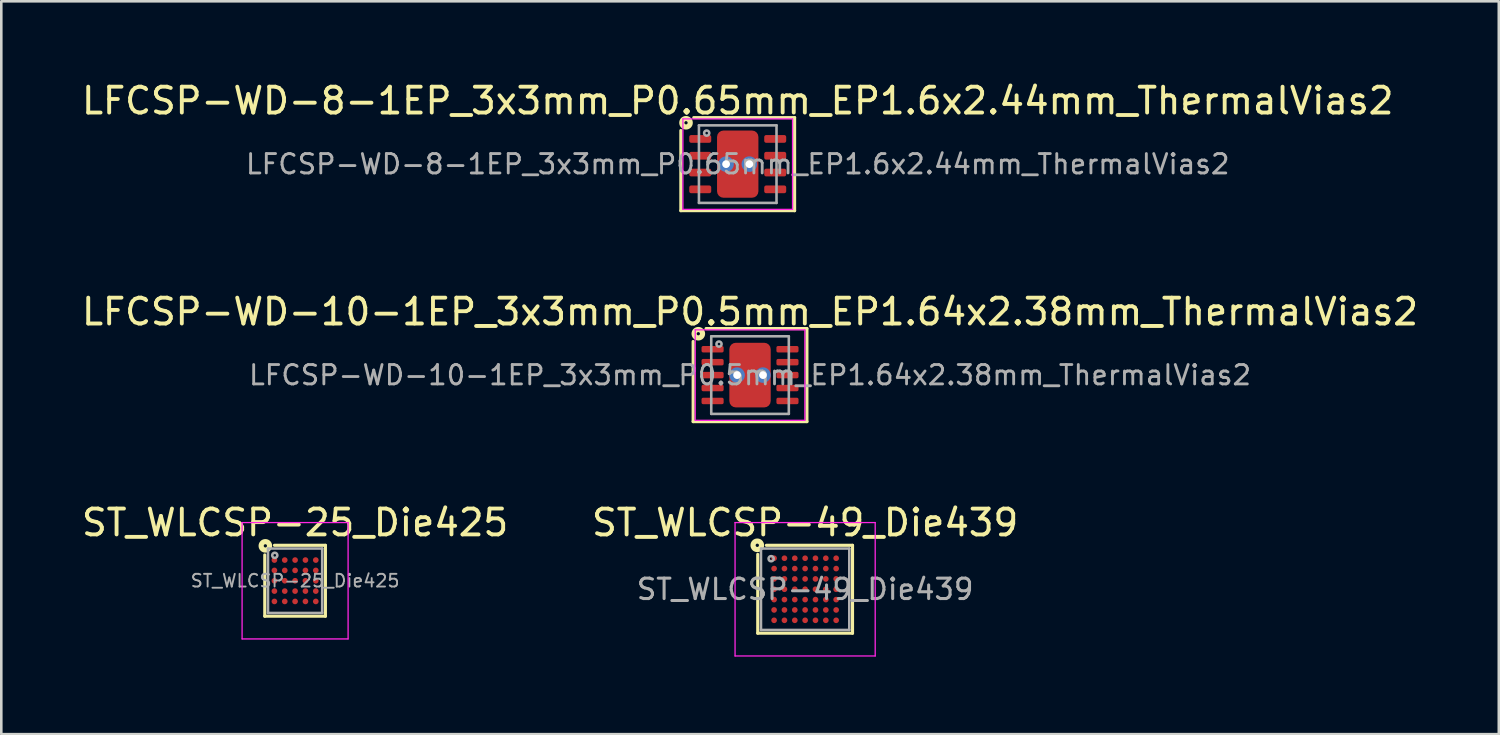
<source format=kicad_pcb>
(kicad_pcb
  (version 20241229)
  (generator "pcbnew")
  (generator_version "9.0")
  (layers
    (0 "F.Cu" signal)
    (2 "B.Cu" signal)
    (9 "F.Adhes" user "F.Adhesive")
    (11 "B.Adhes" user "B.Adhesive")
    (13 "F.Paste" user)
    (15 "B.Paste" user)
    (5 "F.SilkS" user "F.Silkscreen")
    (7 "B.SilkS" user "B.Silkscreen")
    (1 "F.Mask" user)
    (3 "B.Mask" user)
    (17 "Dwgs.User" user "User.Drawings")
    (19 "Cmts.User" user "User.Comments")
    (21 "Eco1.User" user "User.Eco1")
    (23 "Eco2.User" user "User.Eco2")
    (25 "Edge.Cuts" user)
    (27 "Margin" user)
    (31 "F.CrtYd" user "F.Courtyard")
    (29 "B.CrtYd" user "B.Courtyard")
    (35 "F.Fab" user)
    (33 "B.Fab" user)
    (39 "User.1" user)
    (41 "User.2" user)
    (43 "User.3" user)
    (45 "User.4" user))
  (footprint "ST_WLCSP-25_Die425"
    (layer "F.Cu")
    (at 8.363 19.411)
    (property "Reference" "ST_WLCSP-25_Die425" (at 0 -2.247 0) (layer "F.SilkS") (effects (font (size 1 1) (thickness 0.15))))
    (attr smd)
    (fp_line (start -1.173 1.371) (end -1.173 -1) (stroke (width 0.12) (type solid)) (layer "F.SilkS"))
    (fp_line (start -0.8 -1.371) (end 1.173 -1.371) (stroke (width 0.12) (type solid)) (layer "F.SilkS"))
    (fp_line (start 1.173 -1.371) (end 1.173 1.371) (stroke (width 0.12) (type solid)) (layer "F.SilkS"))
    (fp_line (start 1.173 1.371) (end -1.173 1.371) (stroke (width 0.12) (type solid)) (layer "F.SilkS"))
    (fp_circle (center -1.15 -1.35) (end -1.087 -1.35) (stroke (width 0.2) (type solid)) (fill no) (layer "F.SilkS"))
    (fp_line (start -2.05 -2.25) (end -2.05 2.25) (stroke (width 0.05) (type solid)) (layer "F.CrtYd"))
    (fp_line (start -2.05 2.25) (end 2.05 2.25) (stroke (width 0.05) (type solid)) (layer "F.CrtYd"))
    (fp_line (start 2.05 -2.25) (end -2.05 -2.25) (stroke (width 0.05) (type solid)) (layer "F.CrtYd"))
    (fp_line (start 2.05 2.25) (end 2.05 -2.25) (stroke (width 0.05) (type solid)) (layer "F.CrtYd"))
    (fp_line (start -1.048 1.246) (end -1.048 -1.24) (stroke (width 0.1) (type solid)) (layer "F.Fab"))
    (fp_line (start -1.04 -1.246) (end 1.048 -1.246) (stroke (width 0.1) (type solid)) (layer "F.Fab"))
    (fp_line (start 1.048 -1.246) (end 1.048 1.246) (stroke (width 0.1) (type solid)) (layer "F.Fab"))
    (fp_line (start 1.048 1.246) (end -1.048 1.246) (stroke (width 0.1) (type solid)) (layer "F.Fab"))
    (fp_circle (center -0.786 -0.984) (end -0.686 -0.984) (stroke (width 0.1) (type solid)) (fill no) (layer "F.Fab"))
    (fp_text user "${REFERENCE}" (at 0 0 0) (layer "F.Fab") (effects (font (size 0.49 0.49) (thickness 0.073))))
    (pad "A1" smd circle (at -0.8 -0.8) (size 0.22 0.22) (layers "F.Cu" "F.Mask" "F.Paste"))
    (pad "A2" smd circle (at -0.4 -0.8) (size 0.22 0.22) (layers "F.Cu" "F.Mask" "F.Paste"))
    (pad "A3" smd circle (at 0 -0.8) (size 0.22 0.22) (layers "F.Cu" "F.Mask" "F.Paste"))
    (pad "A4" smd circle (at 0.4 -0.8) (size 0.22 0.22) (layers "F.Cu" "F.Mask" "F.Paste"))
    (pad "A5" smd circle (at 0.8 -0.8) (size 0.22 0.22) (layers "F.Cu" "F.Mask" "F.Paste"))
    (pad "B1" smd circle (at -0.8 -0.4) (size 0.22 0.22) (layers "F.Cu" "F.Mask" "F.Paste"))
    (pad "B2" smd circle (at -0.4 -0.4) (size 0.22 0.22) (layers "F.Cu" "F.Mask" "F.Paste"))
    (pad "B3" smd circle (at 0 -0.4) (size 0.22 0.22) (layers "F.Cu" "F.Mask" "F.Paste"))
    (pad "B4" smd circle (at 0.4 -0.4) (size 0.22 0.22) (layers "F.Cu" "F.Mask" "F.Paste"))
    (pad "B5" smd circle (at 0.8 -0.4) (size 0.22 0.22) (layers "F.Cu" "F.Mask" "F.Paste"))
    (pad "C1" smd circle (at -0.8 0) (size 0.22 0.22) (layers "F.Cu" "F.Mask" "F.Paste"))
    (pad "C2" smd circle (at -0.4 0) (size 0.22 0.22) (layers "F.Cu" "F.Mask" "F.Paste"))
    (pad "C3" smd circle (at 0 0) (size 0.22 0.22) (layers "F.Cu" "F.Mask" "F.Paste"))
    (pad "C4" smd circle (at 0.4 0) (size 0.22 0.22) (layers "F.Cu" "F.Mask" "F.Paste"))
    (pad "C5" smd circle (at 0.8 0) (size 0.22 0.22) (layers "F.Cu" "F.Mask" "F.Paste"))
    (pad "D1" smd circle (at -0.8 0.4) (size 0.22 0.22) (layers "F.Cu" "F.Mask" "F.Paste"))
    (pad "D2" smd circle (at -0.4 0.4) (size 0.22 0.22) (layers "F.Cu" "F.Mask" "F.Paste"))
    (pad "D3" smd circle (at 0 0.4) (size 0.22 0.22) (layers "F.Cu" "F.Mask" "F.Paste"))
    (pad "D4" smd circle (at 0.4 0.4) (size 0.22 0.22) (layers "F.Cu" "F.Mask" "F.Paste"))
    (pad "D5" smd circle (at 0.8 0.4) (size 0.22 0.22) (layers "F.Cu" "F.Mask" "F.Paste"))
    (pad "E1" smd circle (at -0.8 0.8) (size 0.22 0.22) (layers "F.Cu" "F.Mask" "F.Paste"))
    (pad "E2" smd circle (at -0.4 0.8) (size 0.22 0.22) (layers "F.Cu" "F.Mask" "F.Paste"))
    (pad "E3" smd circle (at 0 0.8) (size 0.22 0.22) (layers "F.Cu" "F.Mask" "F.Paste"))
    (pad "E4" smd circle (at 0.4 0.8) (size 0.22 0.22) (layers "F.Cu" "F.Mask" "F.Paste"))
    (pad "E5" smd circle (at 0.8 0.8) (size 0.22 0.22) (layers "F.Cu" "F.Mask" "F.Paste")))
  (footprint "LFCSP-WD-8-1EP_3x3mm_P0.65mm_EP1.6x2.44mm_ThermalVias2"
    (layer "F.Cu")
    (at 25.482 3.298)
    (property "Reference" "LFCSP-WD-8-1EP_3x3mm_P0.65mm_EP1.6x2.44mm_ThermalVias2" (at 0 -2.45 0) (layer "F.SilkS") (effects (font (size 1 1) (thickness 0.15))))
    (attr smd)
    (fp_line (start -2.2 1.8) (end -2.2 -1.3) (stroke (width 0.12) (type solid)) (layer "F.SilkS"))
    (fp_line (start 2.2 -1.8) (end -1.7 -1.8) (stroke (width 0.12) (type solid)) (layer "F.SilkS"))
    (fp_line (start 2.2 -1.8) (end 2.2 1.8) (stroke (width 0.12) (type solid)) (layer "F.SilkS"))
    (fp_line (start 2.2 1.8) (end -2.2 1.8) (stroke (width 0.12) (type solid)) (layer "F.SilkS"))
    (fp_circle (center -2 -1.6) (end -1.937 -1.6) (stroke (width 0.2) (type solid)) (fill no) (layer "F.SilkS"))
    (fp_line (start -2.12 -1.75) (end -2.12 1.75) (stroke (width 0.05) (type solid)) (layer "F.CrtYd"))
    (fp_line (start -2.12 1.75) (end 2.12 1.75) (stroke (width 0.05) (type solid)) (layer "F.CrtYd"))
    (fp_line (start 2.12 -1.75) (end -2.12 -1.75) (stroke (width 0.05) (type solid)) (layer "F.CrtYd"))
    (fp_line (start 2.12 1.75) (end 2.12 -1.75) (stroke (width 0.05) (type solid)) (layer "F.CrtYd"))
    (fp_line (start -1.5 -1.5) (end 1.5 -1.5) (stroke (width 0.1) (type solid)) (layer "F.Fab"))
    (fp_line (start -1.5 1.5) (end -1.5 -1.5) (stroke (width 0.1) (type solid)) (layer "F.Fab"))
    (fp_line (start 1.5 -1.5) (end 1.5 1.5) (stroke (width 0.1) (type solid)) (layer "F.Fab"))
    (fp_line (start 1.5 1.5) (end -1.5 1.5) (stroke (width 0.1) (type solid)) (layer "F.Fab"))
    (fp_circle (center -1.2 -1.2) (end -1.1 -1.2) (stroke (width 0.1) (type solid)) (fill no) (layer "F.Fab"))
    (fp_text user "${REFERENCE}" (at 0 0 0) (layer "F.Fab") (effects (font (size 0.75 0.75) (thickness 0.11))))
    (pad "" smd roundrect (at -0.34 -0.75) (size 0.52 0.7) (layers "F.Paste") (roundrect_rratio 0.25))
    (pad "" smd roundrect (at -0.34 0.75) (size 0.52 0.7) (layers "F.Paste") (roundrect_rratio 0.25))
    (pad "" smd roundrect (at 0 -0.75) (size 1.4 0.9) (layers "F.Mask") (roundrect_rratio 0.25))
    (pad "" smd roundrect (at 0 0.75) (size 1.4 0.9) (layers "F.Mask") (roundrect_rratio 0.25))
    (pad "" smd roundrect (at 0.34 -0.75) (size 0.52 0.7) (layers "F.Paste") (roundrect_rratio 0.25))
    (pad "" smd roundrect (at 0.34 0.75) (size 0.52 0.7) (layers "F.Paste") (roundrect_rratio 0.25))
    (pad "1" smd roundrect (at -1.45 -0.975) (size 0.85 0.3) (layers "F.Cu" "F.Mask" "F.Paste") (roundrect_rratio 0.25))
    (pad "2" smd roundrect (at -1.45 -0.325) (size 0.85 0.3) (layers "F.Cu" "F.Mask" "F.Paste") (roundrect_rratio 0.25))
    (pad "3" smd roundrect (at -1.45 0.325) (size 0.85 0.3) (layers "F.Cu" "F.Mask" "F.Paste") (roundrect_rratio 0.25))
    (pad "4" smd roundrect (at -1.45 0.975) (size 0.85 0.3) (layers "F.Cu" "F.Mask" "F.Paste") (roundrect_rratio 0.25))
    (pad "5" smd roundrect (at 1.45 0.975) (size 0.85 0.3) (layers "F.Cu" "F.Mask" "F.Paste") (roundrect_rratio 0.25))
    (pad "6" smd roundrect (at 1.45 0.325) (size 0.85 0.3) (layers "F.Cu" "F.Mask" "F.Paste") (roundrect_rratio 0.25))
    (pad "7" smd roundrect (at 1.45 -0.325) (size 0.85 0.3) (layers "F.Cu" "F.Mask" "F.Paste") (roundrect_rratio 0.25))
    (pad "8" smd roundrect (at 1.45 -0.975) (size 0.85 0.3) (layers "F.Cu" "F.Mask" "F.Paste") (roundrect_rratio 0.25))
    (pad "9" thru_hole circle (at -0.45 0) (size 0.6 0.6) (drill 0.3) (property pad_prop_heatsink) (layers "*.Cu" "*.Mask"))
    (pad "9" smd roundrect (at 0 0) (size 1.6 2.6) (layers "F.Cu") (roundrect_rratio 0.156))
    (pad "9" thru_hole circle (at 0.45 0) (size 0.6 0.6) (drill 0.3) (property pad_prop_heatsink) (layers "*.Cu" "*.Mask")))
  (footprint "LFCSP-WD-10-1EP_3x3mm_P0.5mm_EP1.64x2.38mm_ThermalVias2"
    (layer "F.Cu")
    (at 25.958 11.457)
    (property "Reference" "LFCSP-WD-10-1EP_3x3mm_P0.5mm_EP1.64x2.38mm_ThermalVias2" (at 0 -2.45 0) (layer "F.SilkS") (effects (font (size 1 1) (thickness 0.15))))
    (attr smd)
    (fp_line (start -2.2 1.8) (end -2.2 -1.3) (stroke (width 0.12) (type solid)) (layer "F.SilkS"))
    (fp_line (start 2.2 -1.8) (end -1.7 -1.8) (stroke (width 0.12) (type solid)) (layer "F.SilkS"))
    (fp_line (start 2.2 -1.8) (end 2.2 1.8) (stroke (width 0.12) (type solid)) (layer "F.SilkS"))
    (fp_line (start 2.2 1.8) (end -2.2 1.8) (stroke (width 0.12) (type solid)) (layer "F.SilkS"))
    (fp_circle (center -2 -1.6) (end -1.937 -1.6) (stroke (width 0.2) (type solid)) (fill no) (layer "F.SilkS"))
    (fp_line (start -2.12 -1.75) (end -2.12 1.75) (stroke (width 0.05) (type solid)) (layer "F.CrtYd"))
    (fp_line (start -2.12 1.75) (end 2.12 1.75) (stroke (width 0.05) (type solid)) (layer "F.CrtYd"))
    (fp_line (start 2.12 -1.75) (end -2.12 -1.75) (stroke (width 0.05) (type solid)) (layer "F.CrtYd"))
    (fp_line (start 2.12 1.75) (end 2.12 -1.75) (stroke (width 0.05) (type solid)) (layer "F.CrtYd"))
    (fp_line (start -1.5 -1.5) (end 1.5 -1.5) (stroke (width 0.1) (type solid)) (layer "F.Fab"))
    (fp_line (start -1.5 1.5) (end -1.5 -1.5) (stroke (width 0.1) (type solid)) (layer "F.Fab"))
    (fp_line (start 1.5 -1.5) (end 1.5 1.5) (stroke (width 0.1) (type solid)) (layer "F.Fab"))
    (fp_line (start 1.5 1.5) (end -1.5 1.5) (stroke (width 0.1) (type solid)) (layer "F.Fab"))
    (fp_circle (center -1.2 -1.2) (end -1.1 -1.2) (stroke (width 0.1) (type solid)) (fill no) (layer "F.Fab"))
    (fp_text user "${REFERENCE}" (at 0 0 0) (layer "F.Fab") (effects (font (size 0.75 0.75) (thickness 0.11))))
    (pad "" smd roundrect (at -0.35 -0.725) (size 0.5 0.65) (layers "F.Paste") (roundrect_rratio 0.25))
    (pad "" smd roundrect (at -0.35 0.725) (size 0.5 0.65) (layers "F.Paste") (roundrect_rratio 0.25))
    (pad "" smd roundrect (at 0 -0.725) (size 1.4 0.85) (layers "F.Mask") (roundrect_rratio 0.25))
    (pad "" smd roundrect (at 0 0.725) (size 1.4 0.85) (layers "F.Mask") (roundrect_rratio 0.25))
    (pad "" smd roundrect (at 0.35 -0.725) (size 0.5 0.65) (layers "F.Paste") (roundrect_rratio 0.25))
    (pad "" smd roundrect (at 0.35 0.725) (size 0.5 0.65) (layers "F.Paste") (roundrect_rratio 0.25))
    (pad "1" smd roundrect (at -1.448 -1) (size 0.855 0.25) (layers "F.Cu" "F.Mask" "F.Paste") (roundrect_rratio 0.25))
    (pad "2" smd roundrect (at -1.448 -0.5) (size 0.855 0.25) (layers "F.Cu" "F.Mask" "F.Paste") (roundrect_rratio 0.25))
    (pad "3" smd roundrect (at -1.448 0) (size 0.855 0.25) (layers "F.Cu" "F.Mask" "F.Paste") (roundrect_rratio 0.25))
    (pad "4" smd roundrect (at -1.448 0.5) (size 0.855 0.25) (layers "F.Cu" "F.Mask" "F.Paste") (roundrect_rratio 0.25))
    (pad "5" smd roundrect (at -1.448 1) (size 0.855 0.25) (layers "F.Cu" "F.Mask" "F.Paste") (roundrect_rratio 0.25))
    (pad "6" smd roundrect (at 1.448 1) (size 0.855 0.25) (layers "F.Cu" "F.Mask" "F.Paste") (roundrect_rratio 0.25))
    (pad "7" smd roundrect (at 1.448 0.5) (size 0.855 0.25) (layers "F.Cu" "F.Mask" "F.Paste") (roundrect_rratio 0.25))
    (pad "8" smd roundrect (at 1.448 0) (size 0.855 0.25) (layers "F.Cu" "F.Mask" "F.Paste") (roundrect_rratio 0.25))
    (pad "9" smd roundrect (at 1.448 -0.5) (size 0.855 0.25) (layers "F.Cu" "F.Mask" "F.Paste") (roundrect_rratio 0.25))
    (pad "10" smd roundrect (at 1.448 -1) (size 0.855 0.25) (layers "F.Cu" "F.Mask" "F.Paste") (roundrect_rratio 0.25))
    (pad "11" thru_hole circle (at -0.5 0) (size 0.6 0.6) (drill 0.3) (property pad_prop_heatsink) (layers "*.Cu" "*.Mask"))
    (pad "11" smd roundrect (at 0 0) (size 1.6 2.5) (layers "F.Cu") (roundrect_rratio 0.156))
    (pad "11" thru_hole circle (at 0.5 0) (size 0.6 0.6) (drill 0.3) (property pad_prop_heatsink) (layers "*.Cu" "*.Mask")))
  (footprint "ST_WLCSP-49_Die439"
    (layer "F.Cu")
    (at 28.089 19.74)
    (property "Reference" "ST_WLCSP-49_Die439" (at 0 -2.575 0) (layer "F.SilkS") (effects (font (size 1 1) (thickness 0.15))))
    (attr smd)
    (fp_line (start -1.833 1.7) (end -1.833 -1.35) (stroke (width 0.12) (type solid)) (layer "F.SilkS"))
    (fp_line (start -1.5 -1.7) (end 1.833 -1.7) (stroke (width 0.12) (type solid)) (layer "F.SilkS"))
    (fp_line (start 1.833 -1.7) (end 1.833 1.7) (stroke (width 0.12) (type solid)) (layer "F.SilkS"))
    (fp_line (start 1.833 1.7) (end -1.833 1.7) (stroke (width 0.12) (type solid)) (layer "F.SilkS"))
    (fp_circle (center -1.85 -1.7) (end -1.786 -1.7) (stroke (width 0.2) (type solid)) (fill no) (layer "F.SilkS"))
    (fp_line (start -2.71 -2.58) (end -2.71 2.58) (stroke (width 0.05) (type solid)) (layer "F.CrtYd"))
    (fp_line (start -2.71 2.58) (end 2.71 2.58) (stroke (width 0.05) (type solid)) (layer "F.CrtYd"))
    (fp_line (start 2.71 -2.58) (end -2.71 -2.58) (stroke (width 0.05) (type solid)) (layer "F.CrtYd"))
    (fp_line (start 2.71 2.58) (end 2.71 -2.58) (stroke (width 0.05) (type solid)) (layer "F.CrtYd"))
    (fp_line (start -1.708 1.575) (end -1.708 -1.57) (stroke (width 0.1) (type solid)) (layer "F.Fab"))
    (fp_line (start -1.7 -1.575) (end 1.708 -1.575) (stroke (width 0.1) (type solid)) (layer "F.Fab"))
    (fp_line (start 1.708 -1.575) (end 1.708 1.575) (stroke (width 0.1) (type solid)) (layer "F.Fab"))
    (fp_line (start 1.708 1.575) (end -1.708 1.575) (stroke (width 0.1) (type solid)) (layer "F.Fab"))
    (fp_circle (center -1.315 -1.182) (end -1.215 -1.182) (stroke (width 0.1) (type solid)) (fill no) (layer "F.Fab"))
    (fp_text user "${REFERENCE}" (at 0 0 0) (layer "F.Fab") (effects (font (size 0.79 0.79) (thickness 0.118))))
    (pad "A1" smd circle (at -1.2 -1.2) (size 0.22 0.22) (layers "F.Cu" "F.Mask" "F.Paste"))
    (pad "A2" smd circle (at -0.8 -1.2) (size 0.22 0.22) (layers "F.Cu" "F.Mask" "F.Paste"))
    (pad "A3" smd circle (at -0.4 -1.2) (size 0.22 0.22) (layers "F.Cu" "F.Mask" "F.Paste"))
    (pad "A4" smd circle (at 0 -1.2) (size 0.22 0.22) (layers "F.Cu" "F.Mask" "F.Paste"))
    (pad "A5" smd circle (at 0.4 -1.2) (size 0.22 0.22) (layers "F.Cu" "F.Mask" "F.Paste"))
    (pad "A6" smd circle (at 0.8 -1.2) (size 0.22 0.22) (layers "F.Cu" "F.Mask" "F.Paste"))
    (pad "A7" smd circle (at 1.2 -1.2) (size 0.22 0.22) (layers "F.Cu" "F.Mask" "F.Paste"))
    (pad "B1" smd circle (at -1.2 -0.8) (size 0.22 0.22) (layers "F.Cu" "F.Mask" "F.Paste"))
    (pad "B2" smd circle (at -0.8 -0.8) (size 0.22 0.22) (layers "F.Cu" "F.Mask" "F.Paste"))
    (pad "B3" smd circle (at -0.4 -0.8) (size 0.22 0.22) (layers "F.Cu" "F.Mask" "F.Paste"))
    (pad "B4" smd circle (at 0 -0.8) (size 0.22 0.22) (layers "F.Cu" "F.Mask" "F.Paste"))
    (pad "B5" smd circle (at 0.4 -0.8) (size 0.22 0.22) (layers "F.Cu" "F.Mask" "F.Paste"))
    (pad "B6" smd circle (at 0.8 -0.8) (size 0.22 0.22) (layers "F.Cu" "F.Mask" "F.Paste"))
    (pad "B7" smd circle (at 1.2 -0.8) (size 0.22 0.22) (layers "F.Cu" "F.Mask" "F.Paste"))
    (pad "C1" smd circle (at -1.2 -0.4) (size 0.22 0.22) (layers "F.Cu" "F.Mask" "F.Paste"))
    (pad "C2" smd circle (at -0.8 -0.4) (size 0.22 0.22) (layers "F.Cu" "F.Mask" "F.Paste"))
    (pad "C3" smd circle (at -0.4 -0.4) (size 0.22 0.22) (layers "F.Cu" "F.Mask" "F.Paste"))
    (pad "C4" smd circle (at 0 -0.4) (size 0.22 0.22) (layers "F.Cu" "F.Mask" "F.Paste"))
    (pad "C5" smd circle (at 0.4 -0.4) (size 0.22 0.22) (layers "F.Cu" "F.Mask" "F.Paste"))
    (pad "C6" smd circle (at 0.8 -0.4) (size 0.22 0.22) (layers "F.Cu" "F.Mask" "F.Paste"))
    (pad "C7" smd circle (at 1.2 -0.4) (size 0.22 0.22) (layers "F.Cu" "F.Mask" "F.Paste"))
    (pad "D1" smd circle (at -1.2 0) (size 0.22 0.22) (layers "F.Cu" "F.Mask" "F.Paste"))
    (pad "D2" smd circle (at -0.8 0) (size 0.22 0.22) (layers "F.Cu" "F.Mask" "F.Paste"))
    (pad "D3" smd circle (at -0.4 0) (size 0.22 0.22) (layers "F.Cu" "F.Mask" "F.Paste"))
    (pad "D4" smd circle (at 0 0) (size 0.22 0.22) (layers "F.Cu" "F.Mask" "F.Paste"))
    (pad "D5" smd circle (at 0.4 0) (size 0.22 0.22) (layers "F.Cu" "F.Mask" "F.Paste"))
    (pad "D6" smd circle (at 0.8 0) (size 0.22 0.22) (layers "F.Cu" "F.Mask" "F.Paste"))
    (pad "D7" smd circle (at 1.2 0) (size 0.22 0.22) (layers "F.Cu" "F.Mask" "F.Paste"))
    (pad "E1" smd circle (at -1.2 0.4) (size 0.22 0.22) (layers "F.Cu" "F.Mask" "F.Paste"))
    (pad "E2" smd circle (at -0.8 0.4) (size 0.22 0.22) (layers "F.Cu" "F.Mask" "F.Paste"))
    (pad "E3" smd circle (at -0.4 0.4) (size 0.22 0.22) (layers "F.Cu" "F.Mask" "F.Paste"))
    (pad "E4" smd circle (at 0 0.4) (size 0.22 0.22) (layers "F.Cu" "F.Mask" "F.Paste"))
    (pad "E5" smd circle (at 0.4 0.4) (size 0.22 0.22) (layers "F.Cu" "F.Mask" "F.Paste"))
    (pad "E6" smd circle (at 0.8 0.4) (size 0.22 0.22) (layers "F.Cu" "F.Mask" "F.Paste"))
    (pad "E7" smd circle (at 1.2 0.4) (size 0.22 0.22) (layers "F.Cu" "F.Mask" "F.Paste"))
    (pad "F1" smd circle (at -1.2 0.8) (size 0.22 0.22) (layers "F.Cu" "F.Mask" "F.Paste"))
    (pad "F2" smd circle (at -0.8 0.8) (size 0.22 0.22) (layers "F.Cu" "F.Mask" "F.Paste"))
    (pad "F3" smd circle (at -0.4 0.8) (size 0.22 0.22) (layers "F.Cu" "F.Mask" "F.Paste"))
    (pad "F4" smd circle (at 0 0.8) (size 0.22 0.22) (layers "F.Cu" "F.Mask" "F.Paste"))
    (pad "F5" smd circle (at 0.4 0.8) (size 0.22 0.22) (layers "F.Cu" "F.Mask" "F.Paste"))
    (pad "F6" smd circle (at 0.8 0.8) (size 0.22 0.22) (layers "F.Cu" "F.Mask" "F.Paste"))
    (pad "F7" smd circle (at 1.2 0.8) (size 0.22 0.22) (layers "F.Cu" "F.Mask" "F.Paste"))
    (pad "G1" smd circle (at -1.2 1.2) (size 0.22 0.22) (layers "F.Cu" "F.Mask" "F.Paste"))
    (pad "G2" smd circle (at -0.8 1.2) (size 0.22 0.22) (layers "F.Cu" "F.Mask" "F.Paste"))
    (pad "G3" smd circle (at -0.4 1.2) (size 0.22 0.22) (layers "F.Cu" "F.Mask" "F.Paste"))
    (pad "G4" smd circle (at 0 1.2) (size 0.22 0.22) (layers "F.Cu" "F.Mask" "F.Paste"))
    (pad "G5" smd circle (at 0.4 1.2) (size 0.22 0.22) (layers "F.Cu" "F.Mask" "F.Paste"))
    (pad "G6" smd circle (at 0.8 1.2) (size 0.22 0.22) (layers "F.Cu" "F.Mask" "F.Paste"))
    (pad "G7" smd circle (at 1.2 1.2) (size 0.22 0.22) (layers "F.Cu" "F.Mask" "F.Paste")))
  (gr_rect
    (start -3 -3)
    (end 54.917 25.345)
    (stroke (width 0.1) (type default))
    (fill no)
    (layer "Edge.Cuts")))
</source>
